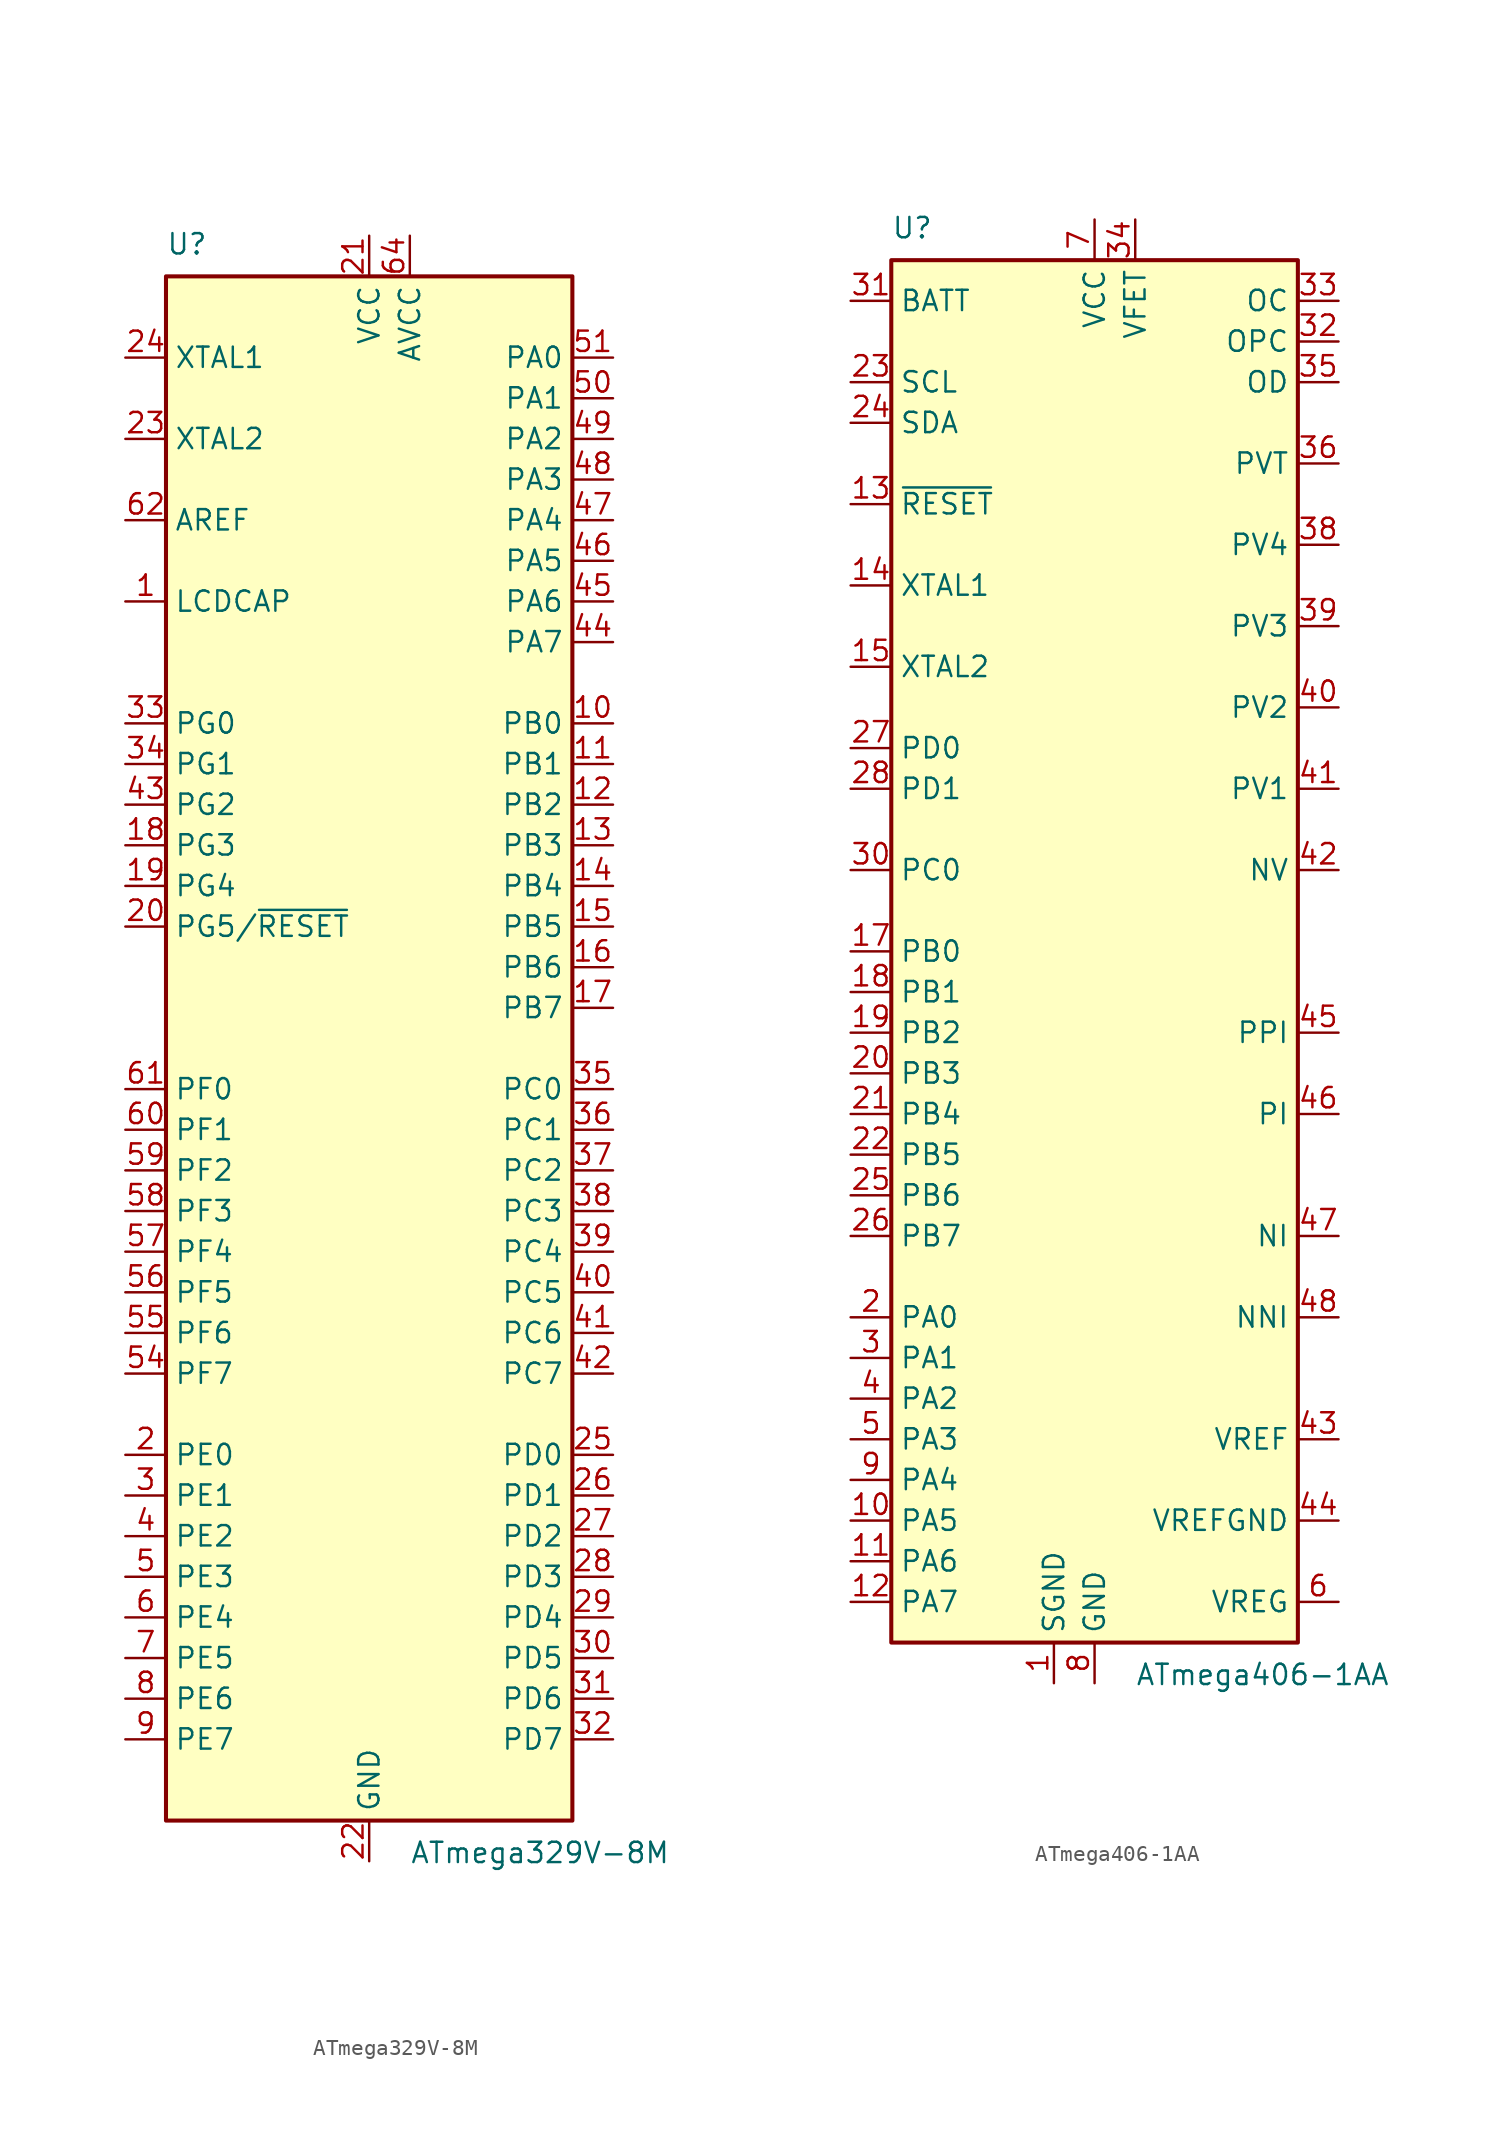
<source format=kicad_sym>
(kicad_symbol_lib
  (version 20211014)
  (generator kicad_symbol_editor)
  (symbol "ATmega329V-8M"
    (property "Reference" "U"
      (at -12.7 49.53 0)
      (effects (font (size 1.27 1.27)) (justify left bottom)))
    (property "Value" "ATmega329V-8M"
      (at 2.54 -49.53 0)
      (effects (font (size 1.27 1.27)) (justify left top)))
    (symbol "ATmega329V-8M_0_1"
      (rectangle (start -12.7 -48.26) (end 12.7 48.26) (stroke (width 0.254) (type default) (color 0 0 0 0)) (fill (type background))))
    (symbol "ATmega329V-8M_1_1"
      (pin passive line (at -15.24 27.94 0) (length 2.54) (name "LCDCAP" (effects (font (size 1.27 1.27)))) (number "1" (effects (font (size 1.27 1.27)))))
      (pin bidirectional line (at 15.24 20.32 180) (length 2.54) (name "PB0" (effects (font (size 1.27 1.27)))) (number "10" (effects (font (size 1.27 1.27)))))
      (pin bidirectional line (at 15.24 17.78 180) (length 2.54) (name "PB1" (effects (font (size 1.27 1.27)))) (number "11" (effects (font (size 1.27 1.27)))))
      (pin bidirectional line (at 15.24 15.24 180) (length 2.54) (name "PB2" (effects (font (size 1.27 1.27)))) (number "12" (effects (font (size 1.27 1.27)))))
      (pin bidirectional line (at 15.24 12.7 180) (length 2.54) (name "PB3" (effects (font (size 1.27 1.27)))) (number "13" (effects (font (size 1.27 1.27)))))
      (pin bidirectional line (at 15.24 10.16 180) (length 2.54) (name "PB4" (effects (font (size 1.27 1.27)))) (number "14" (effects (font (size 1.27 1.27)))))
      (pin bidirectional line (at 15.24 7.62 180) (length 2.54) (name "PB5" (effects (font (size 1.27 1.27)))) (number "15" (effects (font (size 1.27 1.27)))))
      (pin bidirectional line (at 15.24 5.08 180) (length 2.54) (name "PB6" (effects (font (size 1.27 1.27)))) (number "16" (effects (font (size 1.27 1.27)))))
      (pin bidirectional line (at 15.24 2.54 180) (length 2.54) (name "PB7" (effects (font (size 1.27 1.27)))) (number "17" (effects (font (size 1.27 1.27)))))
      (pin bidirectional line (at -15.24 12.7 0) (length 2.54) (name "PG3" (effects (font (size 1.27 1.27)))) (number "18" (effects (font (size 1.27 1.27)))))
      (pin bidirectional line (at -15.24 10.16 0) (length 2.54) (name "PG4" (effects (font (size 1.27 1.27)))) (number "19" (effects (font (size 1.27 1.27)))))
      (pin bidirectional line (at -15.24 -25.4 0) (length 2.54) (name "PE0" (effects (font (size 1.27 1.27)))) (number "2" (effects (font (size 1.27 1.27)))))
      (pin bidirectional line (at -15.24 7.62 0) (length 2.54) (name "PG5/~{RESET}" (effects (font (size 1.27 1.27)))) (number "20" (effects (font (size 1.27 1.27)))))
      (pin power_in line (at 0 50.8 270) (length 2.54) (name "VCC" (effects (font (size 1.27 1.27)))) (number "21" (effects (font (size 1.27 1.27)))))
      (pin power_in line (at 0 -50.8 90) (length 2.54) (name "GND" (effects (font (size 1.27 1.27)))) (number "22" (effects (font (size 1.27 1.27)))))
      (pin output line (at -15.24 38.1 0) (length 2.54) (name "XTAL2" (effects (font (size 1.27 1.27)))) (number "23" (effects (font (size 1.27 1.27)))))
      (pin input line (at -15.24 43.18 0) (length 2.54) (name "XTAL1" (effects (font (size 1.27 1.27)))) (number "24" (effects (font (size 1.27 1.27)))))
      (pin bidirectional line (at 15.24 -25.4 180) (length 2.54) (name "PD0" (effects (font (size 1.27 1.27)))) (number "25" (effects (font (size 1.27 1.27)))))
      (pin bidirectional line (at 15.24 -27.94 180) (length 2.54) (name "PD1" (effects (font (size 1.27 1.27)))) (number "26" (effects (font (size 1.27 1.27)))))
      (pin bidirectional line (at 15.24 -30.48 180) (length 2.54) (name "PD2" (effects (font (size 1.27 1.27)))) (number "27" (effects (font (size 1.27 1.27)))))
      (pin bidirectional line (at 15.24 -33.02 180) (length 2.54) (name "PD3" (effects (font (size 1.27 1.27)))) (number "28" (effects (font (size 1.27 1.27)))))
      (pin bidirectional line (at 15.24 -35.56 180) (length 2.54) (name "PD4" (effects (font (size 1.27 1.27)))) (number "29" (effects (font (size 1.27 1.27)))))
      (pin bidirectional line (at -15.24 -27.94 0) (length 2.54) (name "PE1" (effects (font (size 1.27 1.27)))) (number "3" (effects (font (size 1.27 1.27)))))
      (pin bidirectional line (at 15.24 -38.1 180) (length 2.54) (name "PD5" (effects (font (size 1.27 1.27)))) (number "30" (effects (font (size 1.27 1.27)))))
      (pin bidirectional line (at 15.24 -40.64 180) (length 2.54) (name "PD6" (effects (font (size 1.27 1.27)))) (number "31" (effects (font (size 1.27 1.27)))))
      (pin bidirectional line (at 15.24 -43.18 180) (length 2.54) (name "PD7" (effects (font (size 1.27 1.27)))) (number "32" (effects (font (size 1.27 1.27)))))
      (pin bidirectional line (at -15.24 20.32 0) (length 2.54) (name "PG0" (effects (font (size 1.27 1.27)))) (number "33" (effects (font (size 1.27 1.27)))))
      (pin bidirectional line (at -15.24 17.78 0) (length 2.54) (name "PG1" (effects (font (size 1.27 1.27)))) (number "34" (effects (font (size 1.27 1.27)))))
      (pin bidirectional line (at 15.24 -2.54 180) (length 2.54) (name "PC0" (effects (font (size 1.27 1.27)))) (number "35" (effects (font (size 1.27 1.27)))))
      (pin bidirectional line (at 15.24 -5.08 180) (length 2.54) (name "PC1" (effects (font (size 1.27 1.27)))) (number "36" (effects (font (size 1.27 1.27)))))
      (pin bidirectional line (at 15.24 -7.62 180) (length 2.54) (name "PC2" (effects (font (size 1.27 1.27)))) (number "37" (effects (font (size 1.27 1.27)))))
      (pin bidirectional line (at 15.24 -10.16 180) (length 2.54) (name "PC3" (effects (font (size 1.27 1.27)))) (number "38" (effects (font (size 1.27 1.27)))))
      (pin bidirectional line (at 15.24 -12.7 180) (length 2.54) (name "PC4" (effects (font (size 1.27 1.27)))) (number "39" (effects (font (size 1.27 1.27)))))
      (pin bidirectional line (at -15.24 -30.48 0) (length 2.54) (name "PE2" (effects (font (size 1.27 1.27)))) (number "4" (effects (font (size 1.27 1.27)))))
      (pin bidirectional line (at 15.24 -15.24 180) (length 2.54) (name "PC5" (effects (font (size 1.27 1.27)))) (number "40" (effects (font (size 1.27 1.27)))))
      (pin bidirectional line (at 15.24 -17.78 180) (length 2.54) (name "PC6" (effects (font (size 1.27 1.27)))) (number "41" (effects (font (size 1.27 1.27)))))
      (pin bidirectional line (at 15.24 -20.32 180) (length 2.54) (name "PC7" (effects (font (size 1.27 1.27)))) (number "42" (effects (font (size 1.27 1.27)))))
      (pin bidirectional line (at -15.24 15.24 0) (length 2.54) (name "PG2" (effects (font (size 1.27 1.27)))) (number "43" (effects (font (size 1.27 1.27)))))
      (pin bidirectional line (at 15.24 25.4 180) (length 2.54) (name "PA7" (effects (font (size 1.27 1.27)))) (number "44" (effects (font (size 1.27 1.27)))))
      (pin bidirectional line (at 15.24 27.94 180) (length 2.54) (name "PA6" (effects (font (size 1.27 1.27)))) (number "45" (effects (font (size 1.27 1.27)))))
      (pin bidirectional line (at 15.24 30.48 180) (length 2.54) (name "PA5" (effects (font (size 1.27 1.27)))) (number "46" (effects (font (size 1.27 1.27)))))
      (pin bidirectional line (at 15.24 33.02 180) (length 2.54) (name "PA4" (effects (font (size 1.27 1.27)))) (number "47" (effects (font (size 1.27 1.27)))))
      (pin bidirectional line (at 15.24 35.56 180) (length 2.54) (name "PA3" (effects (font (size 1.27 1.27)))) (number "48" (effects (font (size 1.27 1.27)))))
      (pin bidirectional line (at 15.24 38.1 180) (length 2.54) (name "PA2" (effects (font (size 1.27 1.27)))) (number "49" (effects (font (size 1.27 1.27)))))
      (pin bidirectional line (at -15.24 -33.02 0) (length 2.54) (name "PE3" (effects (font (size 1.27 1.27)))) (number "5" (effects (font (size 1.27 1.27)))))
      (pin bidirectional line (at 15.24 40.64 180) (length 2.54) (name "PA1" (effects (font (size 1.27 1.27)))) (number "50" (effects (font (size 1.27 1.27)))))
      (pin bidirectional line (at 15.24 43.18 180) (length 2.54) (name "PA0" (effects (font (size 1.27 1.27)))) (number "51" (effects (font (size 1.27 1.27)))))
      (pin passive line (at 0 50.8 270) (length 2.54) hide (name "VCC" (effects (font (size 1.27 1.27)))) (number "52" (effects (font (size 1.27 1.27)))))
      (pin passive line (at 0 -50.8 90) (length 2.54) hide (name "GND" (effects (font (size 1.27 1.27)))) (number "53" (effects (font (size 1.27 1.27)))))
      (pin bidirectional line (at -15.24 -20.32 0) (length 2.54) (name "PF7" (effects (font (size 1.27 1.27)))) (number "54" (effects (font (size 1.27 1.27)))))
      (pin bidirectional line (at -15.24 -17.78 0) (length 2.54) (name "PF6" (effects (font (size 1.27 1.27)))) (number "55" (effects (font (size 1.27 1.27)))))
      (pin bidirectional line (at -15.24 -15.24 0) (length 2.54) (name "PF5" (effects (font (size 1.27 1.27)))) (number "56" (effects (font (size 1.27 1.27)))))
      (pin bidirectional line (at -15.24 -12.7 0) (length 2.54) (name "PF4" (effects (font (size 1.27 1.27)))) (number "57" (effects (font (size 1.27 1.27)))))
      (pin bidirectional line (at -15.24 -10.16 0) (length 2.54) (name "PF3" (effects (font (size 1.27 1.27)))) (number "58" (effects (font (size 1.27 1.27)))))
      (pin bidirectional line (at -15.24 -7.62 0) (length 2.54) (name "PF2" (effects (font (size 1.27 1.27)))) (number "59" (effects (font (size 1.27 1.27)))))
      (pin bidirectional line (at -15.24 -35.56 0) (length 2.54) (name "PE4" (effects (font (size 1.27 1.27)))) (number "6" (effects (font (size 1.27 1.27)))))
      (pin bidirectional line (at -15.24 -5.08 0) (length 2.54) (name "PF1" (effects (font (size 1.27 1.27)))) (number "60" (effects (font (size 1.27 1.27)))))
      (pin bidirectional line (at -15.24 -2.54 0) (length 2.54) (name "PF0" (effects (font (size 1.27 1.27)))) (number "61" (effects (font (size 1.27 1.27)))))
      (pin passive line (at -15.24 33.02 0) (length 2.54) (name "AREF" (effects (font (size 1.27 1.27)))) (number "62" (effects (font (size 1.27 1.27)))))
      (pin passive line (at 0 -50.8 90) (length 2.54) hide (name "GND" (effects (font (size 1.27 1.27)))) (number "63" (effects (font (size 1.27 1.27)))))
      (pin power_in line (at 2.54 50.8 270) (length 2.54) (name "AVCC" (effects (font (size 1.27 1.27)))) (number "64" (effects (font (size 1.27 1.27)))))
      (pin passive line (at 0 -50.8 90) (length 2.54) hide (name "GND" (effects (font (size 1.27 1.27)))) (number "65" (effects (font (size 1.27 1.27)))))
      (pin bidirectional line (at -15.24 -38.1 0) (length 2.54) (name "PE5" (effects (font (size 1.27 1.27)))) (number "7" (effects (font (size 1.27 1.27)))))
      (pin bidirectional line (at -15.24 -40.64 0) (length 2.54) (name "PE6" (effects (font (size 1.27 1.27)))) (number "8" (effects (font (size 1.27 1.27)))))
      (pin bidirectional line (at -15.24 -43.18 0) (length 2.54) (name "PE7" (effects (font (size 1.27 1.27)))) (number "9" (effects (font (size 1.27 1.27)))))))
  (symbol "ATmega406-1AA"
    (property "Reference" "U"
      (at -12.7 44.45 0)
      (effects (font (size 1.27 1.27)) (justify left bottom)))
    (property "Value" "ATmega406-1AA"
      (at 2.54 -44.45 0)
      (effects (font (size 1.27 1.27)) (justify left top)))
    (symbol "ATmega406-1AA_1_1"
      (rectangle (start -12.7 43.18) (end 12.7 -43.18) (stroke (width 0.254) (type default) (color 0 0 0 0)) (fill (type background)))
      (pin power_in line (at -2.54 -45.72 90) (length 2.54) (name "SGND" (effects (font (size 1.27 1.27)))) (number "1" (effects (font (size 1.27 1.27)))))
      (pin bidirectional line (at -15.24 -35.56 0) (length 2.54) (name "PA5" (effects (font (size 1.27 1.27)))) (number "10" (effects (font (size 1.27 1.27)))))
      (pin bidirectional line (at -15.24 -38.1 0) (length 2.54) (name "PA6" (effects (font (size 1.27 1.27)))) (number "11" (effects (font (size 1.27 1.27)))))
      (pin bidirectional line (at -15.24 -40.64 0) (length 2.54) (name "PA7" (effects (font (size 1.27 1.27)))) (number "12" (effects (font (size 1.27 1.27)))))
      (pin input line (at -15.24 27.94 0) (length 2.54) (name "~{RESET}" (effects (font (size 1.27 1.27)))) (number "13" (effects (font (size 1.27 1.27)))))
      (pin input line (at -15.24 22.86 0) (length 2.54) (name "XTAL1" (effects (font (size 1.27 1.27)))) (number "14" (effects (font (size 1.27 1.27)))))
      (pin output line (at -15.24 17.78 0) (length 2.54) (name "XTAL2" (effects (font (size 1.27 1.27)))) (number "15" (effects (font (size 1.27 1.27)))))
      (pin passive line (at 0 -45.72 90) (length 2.54) hide (name "GND" (effects (font (size 1.27 1.27)))) (number "16" (effects (font (size 1.27 1.27)))))
      (pin bidirectional line (at -15.24 0 0) (length 2.54) (name "PB0" (effects (font (size 1.27 1.27)))) (number "17" (effects (font (size 1.27 1.27)))))
      (pin bidirectional line (at -15.24 -2.54 0) (length 2.54) (name "PB1" (effects (font (size 1.27 1.27)))) (number "18" (effects (font (size 1.27 1.27)))))
      (pin bidirectional line (at -15.24 -5.08 0) (length 2.54) (name "PB2" (effects (font (size 1.27 1.27)))) (number "19" (effects (font (size 1.27 1.27)))))
      (pin bidirectional line (at -15.24 -22.86 0) (length 2.54) (name "PA0" (effects (font (size 1.27 1.27)))) (number "2" (effects (font (size 1.27 1.27)))))
      (pin bidirectional line (at -15.24 -7.62 0) (length 2.54) (name "PB3" (effects (font (size 1.27 1.27)))) (number "20" (effects (font (size 1.27 1.27)))))
      (pin bidirectional line (at -15.24 -10.16 0) (length 2.54) (name "PB4" (effects (font (size 1.27 1.27)))) (number "21" (effects (font (size 1.27 1.27)))))
      (pin bidirectional line (at -15.24 -12.7 0) (length 2.54) (name "PB5" (effects (font (size 1.27 1.27)))) (number "22" (effects (font (size 1.27 1.27)))))
      (pin input line (at -15.24 35.56 0) (length 2.54) (name "SCL" (effects (font (size 1.27 1.27)))) (number "23" (effects (font (size 1.27 1.27)))))
      (pin bidirectional line (at -15.24 33.02 0) (length 2.54) (name "SDA" (effects (font (size 1.27 1.27)))) (number "24" (effects (font (size 1.27 1.27)))))
      (pin bidirectional line (at -15.24 -15.24 0) (length 2.54) (name "PB6" (effects (font (size 1.27 1.27)))) (number "25" (effects (font (size 1.27 1.27)))))
      (pin bidirectional line (at -15.24 -17.78 0) (length 2.54) (name "PB7" (effects (font (size 1.27 1.27)))) (number "26" (effects (font (size 1.27 1.27)))))
      (pin bidirectional line (at -15.24 12.7 0) (length 2.54) (name "PD0" (effects (font (size 1.27 1.27)))) (number "27" (effects (font (size 1.27 1.27)))))
      (pin bidirectional line (at -15.24 10.16 0) (length 2.54) (name "PD1" (effects (font (size 1.27 1.27)))) (number "28" (effects (font (size 1.27 1.27)))))
      (pin passive line (at 0 -45.72 90) (length 2.54) hide (name "GND" (effects (font (size 1.27 1.27)))) (number "29" (effects (font (size 1.27 1.27)))))
      (pin bidirectional line (at -15.24 -25.4 0) (length 2.54) (name "PA1" (effects (font (size 1.27 1.27)))) (number "3" (effects (font (size 1.27 1.27)))))
      (pin open_collector line (at -15.24 5.08 0) (length 2.54) (name "PC0" (effects (font (size 1.27 1.27)))) (number "30" (effects (font (size 1.27 1.27)))))
      (pin input line (at -15.24 40.64 0) (length 2.54) (name "BATT" (effects (font (size 1.27 1.27)))) (number "31" (effects (font (size 1.27 1.27)))))
      (pin output line (at 15.24 38.1 180) (length 2.54) (name "OPC" (effects (font (size 1.27 1.27)))) (number "32" (effects (font (size 1.27 1.27)))))
      (pin output line (at 15.24 40.64 180) (length 2.54) (name "OC" (effects (font (size 1.27 1.27)))) (number "33" (effects (font (size 1.27 1.27)))))
      (pin power_in line (at 2.54 45.72 270) (length 2.54) (name "VFET" (effects (font (size 1.27 1.27)))) (number "34" (effects (font (size 1.27 1.27)))))
      (pin output line (at 15.24 35.56 180) (length 2.54) (name "OD" (effects (font (size 1.27 1.27)))) (number "35" (effects (font (size 1.27 1.27)))))
      (pin input line (at 15.24 30.48 180) (length 2.54) (name "PVT" (effects (font (size 1.27 1.27)))) (number "36" (effects (font (size 1.27 1.27)))))
      (pin passive line (at 0 -45.72 90) (length 2.54) hide (name "GND" (effects (font (size 1.27 1.27)))) (number "37" (effects (font (size 1.27 1.27)))))
      (pin input line (at 15.24 25.4 180) (length 2.54) (name "PV4" (effects (font (size 1.27 1.27)))) (number "38" (effects (font (size 1.27 1.27)))))
      (pin input line (at 15.24 20.32 180) (length 2.54) (name "PV3" (effects (font (size 1.27 1.27)))) (number "39" (effects (font (size 1.27 1.27)))))
      (pin bidirectional line (at -15.24 -27.94 0) (length 2.54) (name "PA2" (effects (font (size 1.27 1.27)))) (number "4" (effects (font (size 1.27 1.27)))))
      (pin input line (at 15.24 15.24 180) (length 2.54) (name "PV2" (effects (font (size 1.27 1.27)))) (number "40" (effects (font (size 1.27 1.27)))))
      (pin input line (at 15.24 10.16 180) (length 2.54) (name "PV1" (effects (font (size 1.27 1.27)))) (number "41" (effects (font (size 1.27 1.27)))))
      (pin input line (at 15.24 5.08 180) (length 2.54) (name "NV" (effects (font (size 1.27 1.27)))) (number "42" (effects (font (size 1.27 1.27)))))
      (pin passive line (at 15.24 -30.48 180) (length 2.54) (name "VREF" (effects (font (size 1.27 1.27)))) (number "43" (effects (font (size 1.27 1.27)))))
      (pin passive line (at 15.24 -35.56 180) (length 2.54) (name "VREFGND" (effects (font (size 1.27 1.27)))) (number "44" (effects (font (size 1.27 1.27)))))
      (pin input line (at 15.24 -5.08 180) (length 2.54) (name "PPI" (effects (font (size 1.27 1.27)))) (number "45" (effects (font (size 1.27 1.27)))))
      (pin input line (at 15.24 -10.16 180) (length 2.54) (name "PI" (effects (font (size 1.27 1.27)))) (number "46" (effects (font (size 1.27 1.27)))))
      (pin input line (at 15.24 -17.78 180) (length 2.54) (name "NI" (effects (font (size 1.27 1.27)))) (number "47" (effects (font (size 1.27 1.27)))))
      (pin input line (at 15.24 -22.86 180) (length 2.54) (name "NNI" (effects (font (size 1.27 1.27)))) (number "48" (effects (font (size 1.27 1.27)))))
      (pin bidirectional line (at -15.24 -30.48 0) (length 2.54) (name "PA3" (effects (font (size 1.27 1.27)))) (number "5" (effects (font (size 1.27 1.27)))))
      (pin power_out line (at 15.24 -40.64 180) (length 2.54) (name "VREG" (effects (font (size 1.27 1.27)))) (number "6" (effects (font (size 1.27 1.27)))))
      (pin power_in line (at 0 45.72 270) (length 2.54) (name "VCC" (effects (font (size 1.27 1.27)))) (number "7" (effects (font (size 1.27 1.27)))))
      (pin power_in line (at 0 -45.72 90) (length 2.54) (name "GND" (effects (font (size 1.27 1.27)))) (number "8" (effects (font (size 1.27 1.27)))))
      (pin bidirectional line (at -15.24 -33.02 0) (length 2.54) (name "PA4" (effects (font (size 1.27 1.27)))) (number "9" (effects (font (size 1.27 1.27))))))))
</source>
